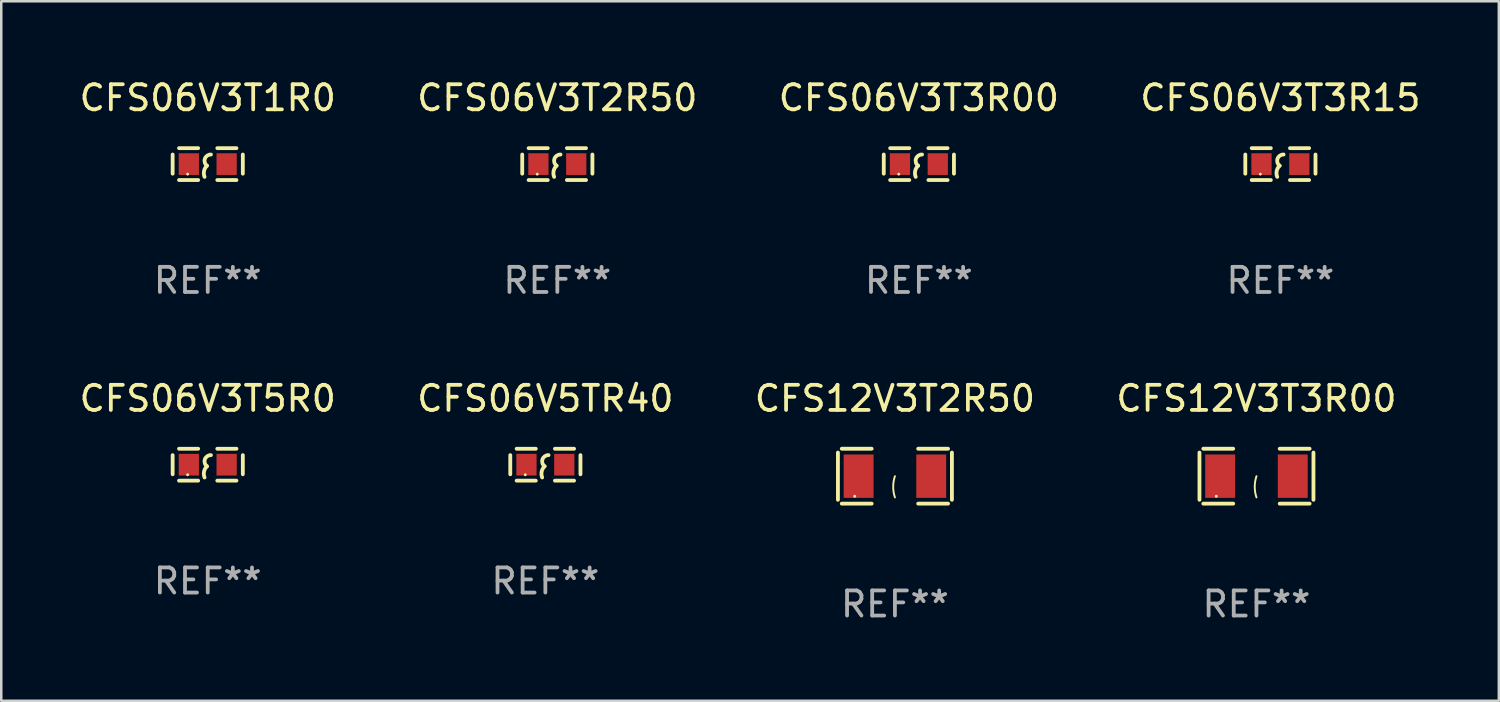
<source format=kicad_pcb>
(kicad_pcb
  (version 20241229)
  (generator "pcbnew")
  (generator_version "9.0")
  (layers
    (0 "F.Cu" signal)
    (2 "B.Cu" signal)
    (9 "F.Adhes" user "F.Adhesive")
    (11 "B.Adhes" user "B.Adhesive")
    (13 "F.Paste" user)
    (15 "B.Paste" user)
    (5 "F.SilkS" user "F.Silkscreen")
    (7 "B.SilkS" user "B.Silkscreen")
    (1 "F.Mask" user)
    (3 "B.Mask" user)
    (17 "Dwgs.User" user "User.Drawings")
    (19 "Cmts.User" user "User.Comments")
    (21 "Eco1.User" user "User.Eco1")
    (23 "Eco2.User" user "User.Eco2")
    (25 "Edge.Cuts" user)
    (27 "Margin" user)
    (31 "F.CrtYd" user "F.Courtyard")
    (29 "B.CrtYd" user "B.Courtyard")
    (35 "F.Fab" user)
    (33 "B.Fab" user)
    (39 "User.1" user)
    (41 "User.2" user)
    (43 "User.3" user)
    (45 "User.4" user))
  (footprint "CFS06V3T2R50"
    (layer "F.Cu")
    (at 19.137 3.483)
    (property "Reference" "CFS06V3T2R50" (at 0 -2.635 0) (layer "F.SilkS") (effects (font (size 1 1) (thickness 0.15))))
    (attr through_hole)
    (fp_line (start -1.397 -0.381) (end -1.397 0.381) (stroke (width 0.152) (type solid)) (layer "F.SilkS"))
    (fp_line (start -0.381 -0.635) (end -1.143 -0.635) (stroke (width 0.152) (type solid)) (layer "F.SilkS"))
    (fp_line (start -0.381 0.635) (end -1.143 0.635) (stroke (width 0.152) (type solid)) (layer "F.SilkS"))
    (fp_line (start 0.381 -0.635) (end 1.143 -0.635) (stroke (width 0.152) (type solid)) (layer "F.SilkS"))
    (fp_line (start 0.381 0.635) (end 1.143 0.635) (stroke (width 0.152) (type solid)) (layer "F.SilkS"))
    (fp_line (start 1.397 -0.381) (end 1.397 0.381) (stroke (width 0.152) (type solid)) (layer "F.SilkS"))
    (fp_arc (start -0.127 0.508001) (mid -0.146523 0.271131) (end -0.030861 0.0635) (stroke (width 0.151994) (type solid)) (layer "F.SilkS"))
    (fp_arc (start -0.03175 0.0635) (mid -0.113571 -0.216321) (end 0.127001 -0.381002) (stroke (width 0.151994) (type solid)) (layer "F.SilkS"))
    (fp_circle (center -0.8 0.4) (end -0.77 0.4) (stroke (width 0.06) (type solid)) (fill no) (layer "F.SilkS"))
    (fp_text user "REF**" (at 0 4.635 0) (layer "F.Fab") (effects (font (size 1 1) (thickness 0.15))))
    (pad "1" smd rect (at -0.753 0) (size 0.806 0.864) (layers "F.Cu" "F.Mask" "F.Paste"))
    (pad "2" smd rect (at 0.753 0) (size 0.806 0.864) (layers "F.Cu" "F.Mask" "F.Paste")))
  (footprint "CFS06V3T3R00"
    (layer "F.Cu")
    (at 33.53 3.483)
    (property "Reference" "CFS06V3T3R00" (at 0 -2.635 0) (layer "F.SilkS") (effects (font (size 1 1) (thickness 0.15))))
    (attr through_hole)
    (fp_line (start -1.397 -0.381) (end -1.397 0.381) (stroke (width 0.152) (type solid)) (layer "F.SilkS"))
    (fp_line (start -0.381 -0.635) (end -1.143 -0.635) (stroke (width 0.152) (type solid)) (layer "F.SilkS"))
    (fp_line (start -0.381 0.635) (end -1.143 0.635) (stroke (width 0.152) (type solid)) (layer "F.SilkS"))
    (fp_line (start 0.381 -0.635) (end 1.143 -0.635) (stroke (width 0.152) (type solid)) (layer "F.SilkS"))
    (fp_line (start 0.381 0.635) (end 1.143 0.635) (stroke (width 0.152) (type solid)) (layer "F.SilkS"))
    (fp_line (start 1.397 -0.381) (end 1.397 0.381) (stroke (width 0.152) (type solid)) (layer "F.SilkS"))
    (fp_arc (start -0.127 0.508001) (mid -0.146523 0.271131) (end -0.030861 0.0635) (stroke (width 0.151994) (type solid)) (layer "F.SilkS"))
    (fp_arc (start -0.03175 0.0635) (mid -0.113571 -0.216321) (end 0.127001 -0.381002) (stroke (width 0.151994) (type solid)) (layer "F.SilkS"))
    (fp_circle (center -0.8 0.4) (end -0.77 0.4) (stroke (width 0.06) (type solid)) (fill no) (layer "F.SilkS"))
    (fp_text user "REF**" (at 0 4.635 0) (layer "F.Fab") (effects (font (size 1 1) (thickness 0.15))))
    (pad "1" smd rect (at -0.753 0) (size 0.806 0.864) (layers "F.Cu" "F.Mask" "F.Paste"))
    (pad "2" smd rect (at 0.753 0) (size 0.806 0.864) (layers "F.Cu" "F.Mask" "F.Paste")))
  (footprint "CFS06V5TR40"
    (layer "F.Cu")
    (at 18.661 15.45)
    (property "Reference" "CFS06V5TR40" (at 0 -2.635 0) (layer "F.SilkS") (effects (font (size 1 1) (thickness 0.15))))
    (attr through_hole)
    (fp_line (start -1.397 -0.381) (end -1.397 0.381) (stroke (width 0.152) (type solid)) (layer "F.SilkS"))
    (fp_line (start -0.381 -0.635) (end -1.143 -0.635) (stroke (width 0.152) (type solid)) (layer "F.SilkS"))
    (fp_line (start -0.381 0.635) (end -1.143 0.635) (stroke (width 0.152) (type solid)) (layer "F.SilkS"))
    (fp_line (start 0.381 -0.635) (end 1.143 -0.635) (stroke (width 0.152) (type solid)) (layer "F.SilkS"))
    (fp_line (start 0.381 0.635) (end 1.143 0.635) (stroke (width 0.152) (type solid)) (layer "F.SilkS"))
    (fp_line (start 1.397 -0.381) (end 1.397 0.381) (stroke (width 0.152) (type solid)) (layer "F.SilkS"))
    (fp_arc (start -0.127 0.508001) (mid -0.146523 0.271131) (end -0.030861 0.0635) (stroke (width 0.151994) (type solid)) (layer "F.SilkS"))
    (fp_arc (start -0.03175 0.0635) (mid -0.113571 -0.216321) (end 0.127001 -0.381002) (stroke (width 0.151994) (type solid)) (layer "F.SilkS"))
    (fp_circle (center -0.8 0.4) (end -0.77 0.4) (stroke (width 0.06) (type solid)) (fill no) (layer "F.SilkS"))
    (fp_text user "REF**" (at 0 4.635 0) (layer "F.Fab") (effects (font (size 1 1) (thickness 0.15))))
    (pad "1" smd rect (at -0.753 0) (size 0.806 0.864) (layers "F.Cu" "F.Mask" "F.Paste"))
    (pad "2" smd rect (at 0.753 0) (size 0.806 0.864) (layers "F.Cu" "F.Mask" "F.Paste")))
  (footprint "CFS12V3T3R00"
    (layer "F.Cu")
    (at 46.97 15.907)
    (property "Reference" "CFS12V3T3R00" (at 0 -3.093 0) (layer "F.SilkS") (effects (font (size 1 1) (thickness 0.15))))
    (attr through_hole)
    (fp_line (start -2.269 -0.94) (end -2.269 0.94) (stroke (width 0.152) (type solid)) (layer "F.SilkS"))
    (fp_line (start -2.116 1.093) (end -0.926 1.093) (stroke (width 0.152) (type solid)) (layer "F.SilkS"))
    (fp_line (start -0.926 -1.093) (end -2.116 -1.093) (stroke (width 0.152) (type solid)) (layer "F.SilkS"))
    (fp_line (start 0.926 -1.093) (end 2.116 -1.093) (stroke (width 0.152) (type solid)) (layer "F.SilkS"))
    (fp_line (start 2.116 1.093) (end 0.926 1.093) (stroke (width 0.152) (type solid)) (layer "F.SilkS"))
    (fp_line (start 2.269 -0.94) (end 2.269 0.94) (stroke (width 0.152) (type solid)) (layer "F.SilkS"))
    (fp_arc (start 0 0.844951) (mid -0.068559 0.422475) (end 0 0) (stroke (width 0.0762) (type solid)) (layer "F.SilkS"))
    (fp_circle (center -1.6 0.8) (end -1.57 0.8) (stroke (width 0.06) (type solid)) (fill no) (layer "F.SilkS"))
    (fp_text user "REF**" (at 0 5.093 0) (layer "F.Fab") (effects (font (size 1 1) (thickness 0.15))))
    (pad "1" smd rect (at -1.445 0) (size 1.19 1.728) (layers "F.Cu" "F.Mask" "F.Paste"))
    (pad "2" smd rect (at 1.445 0) (size 1.19 1.728) (layers "F.Cu" "F.Mask" "F.Paste")))
  (footprint "CFS12V3T2R50"
    (layer "F.Cu")
    (at 32.577 15.907)
    (property "Reference" "CFS12V3T2R50" (at 0 -3.093 0) (layer "F.SilkS") (effects (font (size 1 1) (thickness 0.15))))
    (attr through_hole)
    (fp_line (start -2.269 -0.94) (end -2.269 0.94) (stroke (width 0.152) (type solid)) (layer "F.SilkS"))
    (fp_line (start -2.116 1.093) (end -0.926 1.093) (stroke (width 0.152) (type solid)) (layer "F.SilkS"))
    (fp_line (start -0.926 -1.093) (end -2.116 -1.093) (stroke (width 0.152) (type solid)) (layer "F.SilkS"))
    (fp_line (start 0.926 -1.093) (end 2.116 -1.093) (stroke (width 0.152) (type solid)) (layer "F.SilkS"))
    (fp_line (start 2.116 1.093) (end 0.926 1.093) (stroke (width 0.152) (type solid)) (layer "F.SilkS"))
    (fp_line (start 2.269 -0.94) (end 2.269 0.94) (stroke (width 0.152) (type solid)) (layer "F.SilkS"))
    (fp_arc (start 0 0.844951) (mid -0.068559 0.422475) (end 0 0) (stroke (width 0.0762) (type solid)) (layer "F.SilkS"))
    (fp_circle (center -1.6 0.8) (end -1.57 0.8) (stroke (width 0.06) (type solid)) (fill no) (layer "F.SilkS"))
    (fp_text user "REF**" (at 0 5.093 0) (layer "F.Fab") (effects (font (size 1 1) (thickness 0.15))))
    (pad "1" smd rect (at -1.445 0) (size 1.19 1.728) (layers "F.Cu" "F.Mask" "F.Paste"))
    (pad "2" smd rect (at 1.445 0) (size 1.19 1.728) (layers "F.Cu" "F.Mask" "F.Paste")))
  (footprint "CFS06V3T1R0"
    (layer "F.Cu")
    (at 5.22 3.483)
    (property "Reference" "CFS06V3T1R0" (at 0 -2.635 0) (layer "F.SilkS") (effects (font (size 1 1) (thickness 0.15))))
    (attr through_hole)
    (fp_line (start -1.397 -0.381) (end -1.397 0.381) (stroke (width 0.152) (type solid)) (layer "F.SilkS"))
    (fp_line (start -0.381 -0.635) (end -1.143 -0.635) (stroke (width 0.152) (type solid)) (layer "F.SilkS"))
    (fp_line (start -0.381 0.635) (end -1.143 0.635) (stroke (width 0.152) (type solid)) (layer "F.SilkS"))
    (fp_line (start 0.381 -0.635) (end 1.143 -0.635) (stroke (width 0.152) (type solid)) (layer "F.SilkS"))
    (fp_line (start 0.381 0.635) (end 1.143 0.635) (stroke (width 0.152) (type solid)) (layer "F.SilkS"))
    (fp_line (start 1.397 -0.381) (end 1.397 0.381) (stroke (width 0.152) (type solid)) (layer "F.SilkS"))
    (fp_arc (start -0.127 0.508001) (mid -0.146523 0.271131) (end -0.030861 0.0635) (stroke (width 0.151994) (type solid)) (layer "F.SilkS"))
    (fp_arc (start -0.03175 0.0635) (mid -0.113571 -0.216321) (end 0.127001 -0.381002) (stroke (width 0.151994) (type solid)) (layer "F.SilkS"))
    (fp_circle (center -0.8 0.4) (end -0.77 0.4) (stroke (width 0.06) (type solid)) (fill no) (layer "F.SilkS"))
    (fp_text user "REF**" (at 0 4.635 0) (layer "F.Fab") (effects (font (size 1 1) (thickness 0.15))))
    (pad "1" smd rect (at -0.753 0) (size 0.806 0.864) (layers "F.Cu" "F.Mask" "F.Paste"))
    (pad "2" smd rect (at 0.753 0) (size 0.806 0.864) (layers "F.Cu" "F.Mask" "F.Paste")))
  (footprint "CFS06V3T5R0"
    (layer "F.Cu")
    (at 5.22 15.45)
    (property "Reference" "CFS06V3T5R0" (at 0 -2.635 0) (layer "F.SilkS") (effects (font (size 1 1) (thickness 0.15))))
    (attr through_hole)
    (fp_line (start -1.397 -0.381) (end -1.397 0.381) (stroke (width 0.152) (type solid)) (layer "F.SilkS"))
    (fp_line (start -0.381 -0.635) (end -1.143 -0.635) (stroke (width 0.152) (type solid)) (layer "F.SilkS"))
    (fp_line (start -0.381 0.635) (end -1.143 0.635) (stroke (width 0.152) (type solid)) (layer "F.SilkS"))
    (fp_line (start 0.381 -0.635) (end 1.143 -0.635) (stroke (width 0.152) (type solid)) (layer "F.SilkS"))
    (fp_line (start 0.381 0.635) (end 1.143 0.635) (stroke (width 0.152) (type solid)) (layer "F.SilkS"))
    (fp_line (start 1.397 -0.381) (end 1.397 0.381) (stroke (width 0.152) (type solid)) (layer "F.SilkS"))
    (fp_arc (start -0.127 0.508001) (mid -0.146523 0.271131) (end -0.030861 0.0635) (stroke (width 0.151994) (type solid)) (layer "F.SilkS"))
    (fp_arc (start -0.03175 0.0635) (mid -0.113571 -0.216321) (end 0.127001 -0.381002) (stroke (width 0.151994) (type solid)) (layer "F.SilkS"))
    (fp_circle (center -0.8 0.4) (end -0.77 0.4) (stroke (width 0.06) (type solid)) (fill no) (layer "F.SilkS"))
    (fp_text user "REF**" (at 0 4.635 0) (layer "F.Fab") (effects (font (size 1 1) (thickness 0.15))))
    (pad "1" smd rect (at -0.753 0) (size 0.806 0.864) (layers "F.Cu" "F.Mask" "F.Paste"))
    (pad "2" smd rect (at 0.753 0) (size 0.806 0.864) (layers "F.Cu" "F.Mask" "F.Paste")))
  (footprint "CFS06V3T3R15"
    (layer "F.Cu")
    (at 47.923 3.483)
    (property "Reference" "CFS06V3T3R15" (at 0 -2.635 0) (layer "F.SilkS") (effects (font (size 1 1) (thickness 0.15))))
    (attr through_hole)
    (fp_line (start -1.397 -0.381) (end -1.397 0.381) (stroke (width 0.152) (type solid)) (layer "F.SilkS"))
    (fp_line (start -0.381 -0.635) (end -1.143 -0.635) (stroke (width 0.152) (type solid)) (layer "F.SilkS"))
    (fp_line (start -0.381 0.635) (end -1.143 0.635) (stroke (width 0.152) (type solid)) (layer "F.SilkS"))
    (fp_line (start 0.381 -0.635) (end 1.143 -0.635) (stroke (width 0.152) (type solid)) (layer "F.SilkS"))
    (fp_line (start 0.381 0.635) (end 1.143 0.635) (stroke (width 0.152) (type solid)) (layer "F.SilkS"))
    (fp_line (start 1.397 -0.381) (end 1.397 0.381) (stroke (width 0.152) (type solid)) (layer "F.SilkS"))
    (fp_arc (start -0.127 0.508001) (mid -0.146523 0.271131) (end -0.030861 0.0635) (stroke (width 0.151994) (type solid)) (layer "F.SilkS"))
    (fp_arc (start -0.03175 0.0635) (mid -0.113571 -0.216321) (end 0.127001 -0.381002) (stroke (width 0.151994) (type solid)) (layer "F.SilkS"))
    (fp_circle (center -0.8 0.4) (end -0.77 0.4) (stroke (width 0.06) (type solid)) (fill no) (layer "F.SilkS"))
    (fp_text user "REF**" (at 0 4.635 0) (layer "F.Fab") (effects (font (size 1 1) (thickness 0.15))))
    (pad "1" smd rect (at -0.753 0) (size 0.806 0.864) (layers "F.Cu" "F.Mask" "F.Paste"))
    (pad "2" smd rect (at 0.753 0) (size 0.806 0.864) (layers "F.Cu" "F.Mask" "F.Paste")))
  (gr_rect
    (start -3 -3)
    (end 56.619 24.848)
    (stroke (width 0.1) (type default))
    (fill no)
    (layer "Edge.Cuts")))
</source>
